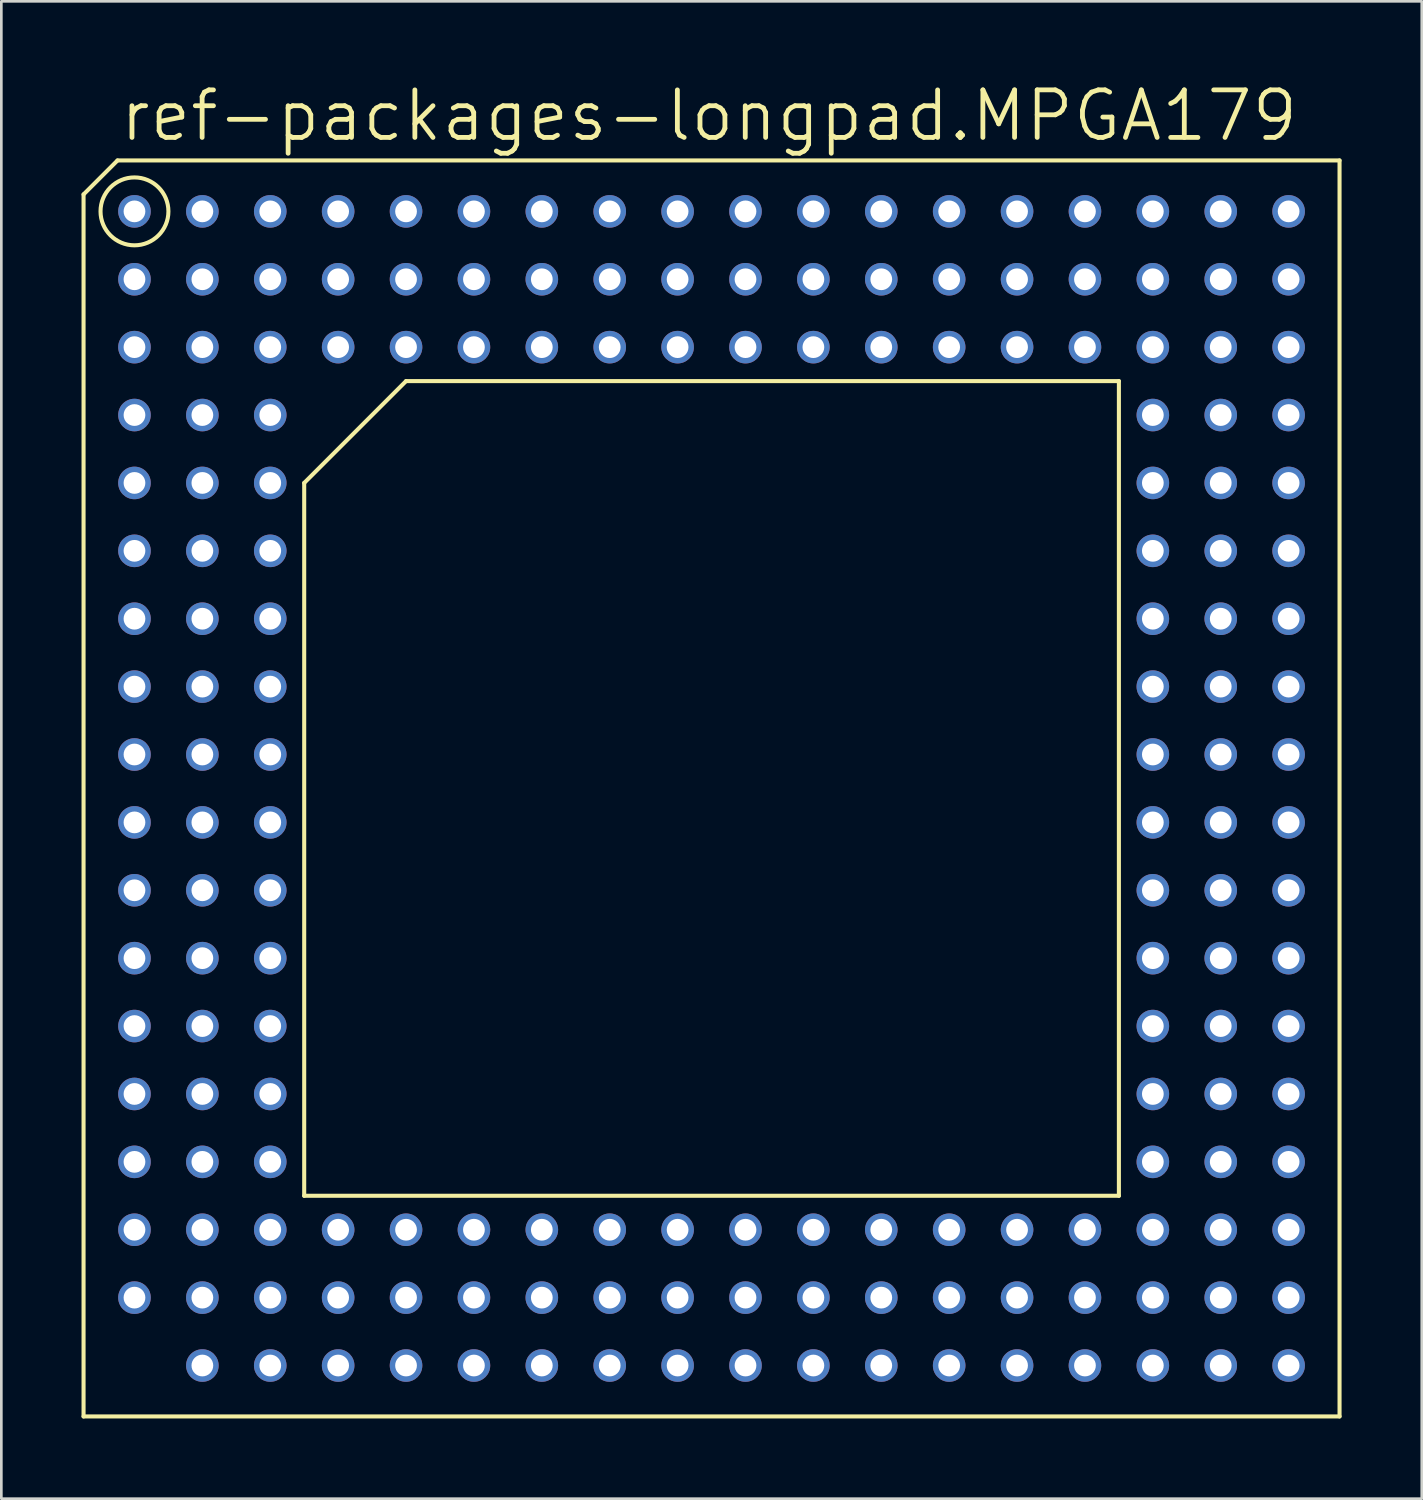
<source format=kicad_pcb>
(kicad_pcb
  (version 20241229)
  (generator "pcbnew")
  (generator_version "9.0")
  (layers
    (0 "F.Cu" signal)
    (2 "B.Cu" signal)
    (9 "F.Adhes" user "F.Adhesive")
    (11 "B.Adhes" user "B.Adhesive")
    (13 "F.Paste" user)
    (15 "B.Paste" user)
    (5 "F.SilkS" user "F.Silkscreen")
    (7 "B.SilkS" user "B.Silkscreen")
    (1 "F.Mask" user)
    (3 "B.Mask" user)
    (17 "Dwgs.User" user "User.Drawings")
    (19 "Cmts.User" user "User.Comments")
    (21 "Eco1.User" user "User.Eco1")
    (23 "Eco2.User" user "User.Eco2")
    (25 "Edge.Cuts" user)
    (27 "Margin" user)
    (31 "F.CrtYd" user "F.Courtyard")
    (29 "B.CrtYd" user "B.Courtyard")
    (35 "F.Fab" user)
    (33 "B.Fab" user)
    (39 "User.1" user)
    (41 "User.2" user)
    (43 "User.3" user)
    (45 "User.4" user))
  (footprint "ref-packages-longpad.MPGA179"
    (layer "F.Cu")
    (at 23.571 26.448)
    (property "Reference" "ref-packages-longpad.MPGA179" (at -22.225 -24.13 0) (layer "F.SilkS") (effects (font (size 1.778 1.778) (thickness 0.18)) (justify left bottom)))
    (attr through_hole)
    (fp_line (start -23.495 -22.225) (end -22.225 -23.495) (stroke (width 0.152) (type default)) (layer "F.SilkS"))
    (fp_line (start -23.495 23.495) (end -23.495 -22.225) (stroke (width 0.152) (type default)) (layer "F.SilkS"))
    (fp_line (start -22.225 -23.495) (end 23.495 -23.495) (stroke (width 0.152) (type default)) (layer "F.SilkS"))
    (fp_line (start -15.24 -11.43) (end -15.24 15.24) (stroke (width 0.152) (type default)) (layer "F.SilkS"))
    (fp_line (start -11.43 -15.24) (end -15.24 -11.43) (stroke (width 0.152) (type default)) (layer "F.SilkS"))
    (fp_line (start -11.43 -15.24) (end 15.24 -15.24) (stroke (width 0.152) (type default)) (layer "F.SilkS"))
    (fp_line (start 15.24 15.24) (end -15.24 15.24) (stroke (width 0.152) (type default)) (layer "F.SilkS"))
    (fp_line (start 15.24 15.24) (end 15.24 -15.24) (stroke (width 0.152) (type default)) (layer "F.SilkS"))
    (fp_line (start 23.495 -23.495) (end 23.495 23.495) (stroke (width 0.152) (type default)) (layer "F.SilkS"))
    (fp_line (start 23.495 23.495) (end -23.495 23.495) (stroke (width 0.152) (type default)) (layer "F.SilkS"))
    (fp_circle (center -21.59 -21.59) (end -20.32 -21.59) (stroke (width 0.152) (type default)) (fill no) (layer "F.SilkS"))
    (pad "A01" thru_hole circle (at -21.59 -21.59) (size 1.219 1.219) (drill 0.813) (layers "*.Cu" "*.Mask"))
    (pad "A02" thru_hole circle (at -19.05 -21.59) (size 1.219 1.219) (drill 0.813) (layers "*.Cu" "*.Mask"))
    (pad "A03" thru_hole circle (at -16.51 -21.59) (size 1.219 1.219) (drill 0.813) (layers "*.Cu" "*.Mask"))
    (pad "A04" thru_hole circle (at -13.97 -21.59) (size 1.219 1.219) (drill 0.813) (layers "*.Cu" "*.Mask"))
    (pad "A05" thru_hole circle (at -11.43 -21.59) (size 1.219 1.219) (drill 0.813) (layers "*.Cu" "*.Mask"))
    (pad "A06" thru_hole circle (at -8.89 -21.59) (size 1.219 1.219) (drill 0.813) (layers "*.Cu" "*.Mask"))
    (pad "A07" thru_hole circle (at -6.35 -21.59) (size 1.219 1.219) (drill 0.813) (layers "*.Cu" "*.Mask"))
    (pad "A08" thru_hole circle (at -3.81 -21.59) (size 1.219 1.219) (drill 0.813) (layers "*.Cu" "*.Mask"))
    (pad "A09" thru_hole circle (at -1.27 -21.59) (size 1.219 1.219) (drill 0.813) (layers "*.Cu" "*.Mask"))
    (pad "A10" thru_hole circle (at 1.27 -21.59) (size 1.219 1.219) (drill 0.813) (layers "*.Cu" "*.Mask"))
    (pad "A11" thru_hole circle (at 3.81 -21.59) (size 1.219 1.219) (drill 0.813) (layers "*.Cu" "*.Mask"))
    (pad "A12" thru_hole circle (at 6.35 -21.59) (size 1.219 1.219) (drill 0.813) (layers "*.Cu" "*.Mask"))
    (pad "A13" thru_hole circle (at 8.89 -21.59) (size 1.219 1.219) (drill 0.813) (layers "*.Cu" "*.Mask"))
    (pad "A14" thru_hole circle (at 11.43 -21.59) (size 1.219 1.219) (drill 0.813) (layers "*.Cu" "*.Mask"))
    (pad "A15" thru_hole circle (at 13.97 -21.59) (size 1.219 1.219) (drill 0.813) (layers "*.Cu" "*.Mask"))
    (pad "A16" thru_hole circle (at 16.51 -21.59) (size 1.219 1.219) (drill 0.813) (layers "*.Cu" "*.Mask"))
    (pad "A17" thru_hole circle (at 19.05 -21.59) (size 1.219 1.219) (drill 0.813) (layers "*.Cu" "*.Mask"))
    (pad "A18" thru_hole circle (at 21.59 -21.59) (size 1.219 1.219) (drill 0.813) (layers "*.Cu" "*.Mask"))
    (pad "B01" thru_hole circle (at -21.59 -19.05) (size 1.219 1.219) (drill 0.813) (layers "*.Cu" "*.Mask"))
    (pad "B02" thru_hole circle (at -19.05 -19.05) (size 1.219 1.219) (drill 0.813) (layers "*.Cu" "*.Mask"))
    (pad "B03" thru_hole circle (at -16.51 -19.05) (size 1.219 1.219) (drill 0.813) (layers "*.Cu" "*.Mask"))
    (pad "B04" thru_hole circle (at -13.97 -19.05) (size 1.219 1.219) (drill 0.813) (layers "*.Cu" "*.Mask"))
    (pad "B05" thru_hole circle (at -11.43 -19.05) (size 1.219 1.219) (drill 0.813) (layers "*.Cu" "*.Mask"))
    (pad "B06" thru_hole circle (at -8.89 -19.05) (size 1.219 1.219) (drill 0.813) (layers "*.Cu" "*.Mask"))
    (pad "B07" thru_hole circle (at -6.35 -19.05) (size 1.219 1.219) (drill 0.813) (layers "*.Cu" "*.Mask"))
    (pad "B08" thru_hole circle (at -3.81 -19.05) (size 1.219 1.219) (drill 0.813) (layers "*.Cu" "*.Mask"))
    (pad "B09" thru_hole circle (at -1.27 -19.05) (size 1.219 1.219) (drill 0.813) (layers "*.Cu" "*.Mask"))
    (pad "B10" thru_hole circle (at 1.27 -19.05) (size 1.219 1.219) (drill 0.813) (layers "*.Cu" "*.Mask"))
    (pad "B11" thru_hole circle (at 3.81 -19.05) (size 1.219 1.219) (drill 0.813) (layers "*.Cu" "*.Mask"))
    (pad "B12" thru_hole circle (at 6.35 -19.05) (size 1.219 1.219) (drill 0.813) (layers "*.Cu" "*.Mask"))
    (pad "B13" thru_hole circle (at 8.89 -19.05) (size 1.219 1.219) (drill 0.813) (layers "*.Cu" "*.Mask"))
    (pad "B14" thru_hole circle (at 11.43 -19.05) (size 1.219 1.219) (drill 0.813) (layers "*.Cu" "*.Mask"))
    (pad "B15" thru_hole circle (at 13.97 -19.05) (size 1.219 1.219) (drill 0.813) (layers "*.Cu" "*.Mask"))
    (pad "B16" thru_hole circle (at 16.51 -19.05) (size 1.219 1.219) (drill 0.813) (layers "*.Cu" "*.Mask"))
    (pad "B17" thru_hole circle (at 19.05 -19.05) (size 1.219 1.219) (drill 0.813) (layers "*.Cu" "*.Mask"))
    (pad "B18" thru_hole circle (at 21.59 -19.05) (size 1.219 1.219) (drill 0.813) (layers "*.Cu" "*.Mask"))
    (pad "C01" thru_hole circle (at -21.59 -16.51) (size 1.219 1.219) (drill 0.813) (layers "*.Cu" "*.Mask"))
    (pad "C02" thru_hole circle (at -19.05 -16.51) (size 1.219 1.219) (drill 0.813) (layers "*.Cu" "*.Mask"))
    (pad "C03" thru_hole circle (at -16.51 -16.51) (size 1.219 1.219) (drill 0.813) (layers "*.Cu" "*.Mask"))
    (pad "C04" thru_hole circle (at -13.97 -16.51) (size 1.219 1.219) (drill 0.813) (layers "*.Cu" "*.Mask"))
    (pad "C05" thru_hole circle (at -11.43 -16.51) (size 1.219 1.219) (drill 0.813) (layers "*.Cu" "*.Mask"))
    (pad "C06" thru_hole circle (at -8.89 -16.51) (size 1.219 1.219) (drill 0.813) (layers "*.Cu" "*.Mask"))
    (pad "C07" thru_hole circle (at -6.35 -16.51) (size 1.219 1.219) (drill 0.813) (layers "*.Cu" "*.Mask"))
    (pad "C08" thru_hole circle (at -3.81 -16.51) (size 1.219 1.219) (drill 0.813) (layers "*.Cu" "*.Mask"))
    (pad "C09" thru_hole circle (at -1.27 -16.51) (size 1.219 1.219) (drill 0.813) (layers "*.Cu" "*.Mask"))
    (pad "C10" thru_hole circle (at 1.27 -16.51) (size 1.219 1.219) (drill 0.813) (layers "*.Cu" "*.Mask"))
    (pad "C11" thru_hole circle (at 3.81 -16.51) (size 1.219 1.219) (drill 0.813) (layers "*.Cu" "*.Mask"))
    (pad "C12" thru_hole circle (at 6.35 -16.51) (size 1.219 1.219) (drill 0.813) (layers "*.Cu" "*.Mask"))
    (pad "C13" thru_hole circle (at 8.89 -16.51) (size 1.219 1.219) (drill 0.813) (layers "*.Cu" "*.Mask"))
    (pad "C14" thru_hole circle (at 11.43 -16.51) (size 1.219 1.219) (drill 0.813) (layers "*.Cu" "*.Mask"))
    (pad "C15" thru_hole circle (at 13.97 -16.51) (size 1.219 1.219) (drill 0.813) (layers "*.Cu" "*.Mask"))
    (pad "C16" thru_hole circle (at 16.51 -16.51) (size 1.219 1.219) (drill 0.813) (layers "*.Cu" "*.Mask"))
    (pad "C17" thru_hole circle (at 19.05 -16.51) (size 1.219 1.219) (drill 0.813) (layers "*.Cu" "*.Mask"))
    (pad "C18" thru_hole circle (at 21.59 -16.51) (size 1.219 1.219) (drill 0.813) (layers "*.Cu" "*.Mask"))
    (pad "D01" thru_hole circle (at -21.59 -13.97) (size 1.219 1.219) (drill 0.813) (layers "*.Cu" "*.Mask"))
    (pad "D02" thru_hole circle (at -19.05 -13.97) (size 1.219 1.219) (drill 0.813) (layers "*.Cu" "*.Mask"))
    (pad "D03" thru_hole circle (at -16.51 -13.97) (size 1.219 1.219) (drill 0.813) (layers "*.Cu" "*.Mask"))
    (pad "D16" thru_hole circle (at 16.51 -13.97) (size 1.219 1.219) (drill 0.813) (layers "*.Cu" "*.Mask"))
    (pad "D17" thru_hole circle (at 19.05 -13.97) (size 1.219 1.219) (drill 0.813) (layers "*.Cu" "*.Mask"))
    (pad "D18" thru_hole circle (at 21.59 -13.97) (size 1.219 1.219) (drill 0.813) (layers "*.Cu" "*.Mask"))
    (pad "E01" thru_hole circle (at -21.59 -11.43) (size 1.219 1.219) (drill 0.813) (layers "*.Cu" "*.Mask"))
    (pad "E02" thru_hole circle (at -19.05 -11.43) (size 1.219 1.219) (drill 0.813) (layers "*.Cu" "*.Mask"))
    (pad "E03" thru_hole circle (at -16.51 -11.43) (size 1.219 1.219) (drill 0.813) (layers "*.Cu" "*.Mask"))
    (pad "E16" thru_hole circle (at 16.51 -11.43) (size 1.219 1.219) (drill 0.813) (layers "*.Cu" "*.Mask"))
    (pad "E17" thru_hole circle (at 19.05 -11.43) (size 1.219 1.219) (drill 0.813) (layers "*.Cu" "*.Mask"))
    (pad "E18" thru_hole circle (at 21.59 -11.43) (size 1.219 1.219) (drill 0.813) (layers "*.Cu" "*.Mask"))
    (pad "F01" thru_hole circle (at -21.59 -8.89) (size 1.219 1.219) (drill 0.813) (layers "*.Cu" "*.Mask"))
    (pad "F02" thru_hole circle (at -19.05 -8.89) (size 1.219 1.219) (drill 0.813) (layers "*.Cu" "*.Mask"))
    (pad "F03" thru_hole circle (at -16.51 -8.89) (size 1.219 1.219) (drill 0.813) (layers "*.Cu" "*.Mask"))
    (pad "F16" thru_hole circle (at 16.51 -8.89) (size 1.219 1.219) (drill 0.813) (layers "*.Cu" "*.Mask"))
    (pad "F17" thru_hole circle (at 19.05 -8.89) (size 1.219 1.219) (drill 0.813) (layers "*.Cu" "*.Mask"))
    (pad "F18" thru_hole circle (at 21.59 -8.89) (size 1.219 1.219) (drill 0.813) (layers "*.Cu" "*.Mask"))
    (pad "G01" thru_hole circle (at -21.59 -6.35) (size 1.219 1.219) (drill 0.813) (layers "*.Cu" "*.Mask"))
    (pad "G02" thru_hole circle (at -19.05 -6.35) (size 1.219 1.219) (drill 0.813) (layers "*.Cu" "*.Mask"))
    (pad "G03" thru_hole circle (at -16.51 -6.35) (size 1.219 1.219) (drill 0.813) (layers "*.Cu" "*.Mask"))
    (pad "G16" thru_hole circle (at 16.51 -6.35) (size 1.219 1.219) (drill 0.813) (layers "*.Cu" "*.Mask"))
    (pad "G17" thru_hole circle (at 19.05 -6.35) (size 1.219 1.219) (drill 0.813) (layers "*.Cu" "*.Mask"))
    (pad "G18" thru_hole circle (at 21.59 -6.35) (size 1.219 1.219) (drill 0.813) (layers "*.Cu" "*.Mask"))
    (pad "H01" thru_hole circle (at -21.59 -3.81) (size 1.219 1.219) (drill 0.813) (layers "*.Cu" "*.Mask"))
    (pad "H02" thru_hole circle (at -19.05 -3.81) (size 1.219 1.219) (drill 0.813) (layers "*.Cu" "*.Mask"))
    (pad "H03" thru_hole circle (at -16.51 -3.81) (size 1.219 1.219) (drill 0.813) (layers "*.Cu" "*.Mask"))
    (pad "H16" thru_hole circle (at 16.51 -3.81) (size 1.219 1.219) (drill 0.813) (layers "*.Cu" "*.Mask"))
    (pad "H17" thru_hole circle (at 19.05 -3.81) (size 1.219 1.219) (drill 0.813) (layers "*.Cu" "*.Mask"))
    (pad "H18" thru_hole circle (at 21.59 -3.81) (size 1.219 1.219) (drill 0.813) (layers "*.Cu" "*.Mask"))
    (pad "J01" thru_hole circle (at -21.59 -1.27) (size 1.219 1.219) (drill 0.813) (layers "*.Cu" "*.Mask"))
    (pad "J02" thru_hole circle (at -19.05 -1.27) (size 1.219 1.219) (drill 0.813) (layers "*.Cu" "*.Mask"))
    (pad "J03" thru_hole circle (at -16.51 -1.27) (size 1.219 1.219) (drill 0.813) (layers "*.Cu" "*.Mask"))
    (pad "J16" thru_hole circle (at 16.51 -1.27) (size 1.219 1.219) (drill 0.813) (layers "*.Cu" "*.Mask"))
    (pad "J17" thru_hole circle (at 19.05 -1.27) (size 1.219 1.219) (drill 0.813) (layers "*.Cu" "*.Mask"))
    (pad "J18" thru_hole circle (at 21.59 -1.27) (size 1.219 1.219) (drill 0.813) (layers "*.Cu" "*.Mask"))
    (pad "K01" thru_hole circle (at -21.59 1.27) (size 1.219 1.219) (drill 0.813) (layers "*.Cu" "*.Mask"))
    (pad "K02" thru_hole circle (at -19.05 1.27) (size 1.219 1.219) (drill 0.813) (layers "*.Cu" "*.Mask"))
    (pad "K03" thru_hole circle (at -16.51 1.27) (size 1.219 1.219) (drill 0.813) (layers "*.Cu" "*.Mask"))
    (pad "K16" thru_hole circle (at 16.51 1.27) (size 1.219 1.219) (drill 0.813) (layers "*.Cu" "*.Mask"))
    (pad "K17" thru_hole circle (at 19.05 1.27) (size 1.219 1.219) (drill 0.813) (layers "*.Cu" "*.Mask"))
    (pad "K18" thru_hole circle (at 21.59 1.27) (size 1.219 1.219) (drill 0.813) (layers "*.Cu" "*.Mask"))
    (pad "L01" thru_hole circle (at -21.59 3.81) (size 1.219 1.219) (drill 0.813) (layers "*.Cu" "*.Mask"))
    (pad "L02" thru_hole circle (at -19.05 3.81) (size 1.219 1.219) (drill 0.813) (layers "*.Cu" "*.Mask"))
    (pad "L03" thru_hole circle (at -16.51 3.81) (size 1.219 1.219) (drill 0.813) (layers "*.Cu" "*.Mask"))
    (pad "L16" thru_hole circle (at 16.51 3.81) (size 1.219 1.219) (drill 0.813) (layers "*.Cu" "*.Mask"))
    (pad "L17" thru_hole circle (at 19.05 3.81) (size 1.219 1.219) (drill 0.813) (layers "*.Cu" "*.Mask"))
    (pad "L18" thru_hole circle (at 21.59 3.81) (size 1.219 1.219) (drill 0.813) (layers "*.Cu" "*.Mask"))
    (pad "M01" thru_hole circle (at -21.59 6.35) (size 1.219 1.219) (drill 0.813) (layers "*.Cu" "*.Mask"))
    (pad "M02" thru_hole circle (at -19.05 6.35) (size 1.219 1.219) (drill 0.813) (layers "*.Cu" "*.Mask"))
    (pad "M03" thru_hole circle (at -16.51 6.35) (size 1.219 1.219) (drill 0.813) (layers "*.Cu" "*.Mask"))
    (pad "M16" thru_hole circle (at 16.51 6.35) (size 1.219 1.219) (drill 0.813) (layers "*.Cu" "*.Mask"))
    (pad "M17" thru_hole circle (at 19.05 6.35) (size 1.219 1.219) (drill 0.813) (layers "*.Cu" "*.Mask"))
    (pad "M18" thru_hole circle (at 21.59 6.35) (size 1.219 1.219) (drill 0.813) (layers "*.Cu" "*.Mask"))
    (pad "N01" thru_hole circle (at -21.59 8.89) (size 1.219 1.219) (drill 0.813) (layers "*.Cu" "*.Mask"))
    (pad "N02" thru_hole circle (at -19.05 8.89) (size 1.219 1.219) (drill 0.813) (layers "*.Cu" "*.Mask"))
    (pad "N03" thru_hole circle (at -16.51 8.89) (size 1.219 1.219) (drill 0.813) (layers "*.Cu" "*.Mask"))
    (pad "N16" thru_hole circle (at 16.51 8.89) (size 1.219 1.219) (drill 0.813) (layers "*.Cu" "*.Mask"))
    (pad "N17" thru_hole circle (at 19.05 8.89) (size 1.219 1.219) (drill 0.813) (layers "*.Cu" "*.Mask"))
    (pad "N18" thru_hole circle (at 21.59 8.89) (size 1.219 1.219) (drill 0.813) (layers "*.Cu" "*.Mask"))
    (pad "P01" thru_hole circle (at -21.59 11.43) (size 1.219 1.219) (drill 0.813) (layers "*.Cu" "*.Mask"))
    (pad "P02" thru_hole circle (at -19.05 11.43) (size 1.219 1.219) (drill 0.813) (layers "*.Cu" "*.Mask"))
    (pad "P03" thru_hole circle (at -16.51 11.43) (size 1.219 1.219) (drill 0.813) (layers "*.Cu" "*.Mask"))
    (pad "P16" thru_hole circle (at 16.51 11.43) (size 1.219 1.219) (drill 0.813) (layers "*.Cu" "*.Mask"))
    (pad "P17" thru_hole circle (at 19.05 11.43) (size 1.219 1.219) (drill 0.813) (layers "*.Cu" "*.Mask"))
    (pad "P18" thru_hole circle (at 21.59 11.43) (size 1.219 1.219) (drill 0.813) (layers "*.Cu" "*.Mask"))
    (pad "Q01" thru_hole circle (at -21.59 13.97) (size 1.219 1.219) (drill 0.813) (layers "*.Cu" "*.Mask"))
    (pad "Q02" thru_hole circle (at -19.05 13.97) (size 1.219 1.219) (drill 0.813) (layers "*.Cu" "*.Mask"))
    (pad "Q03" thru_hole circle (at -16.51 13.97) (size 1.219 1.219) (drill 0.813) (layers "*.Cu" "*.Mask"))
    (pad "Q16" thru_hole circle (at 16.51 13.97) (size 1.219 1.219) (drill 0.813) (layers "*.Cu" "*.Mask"))
    (pad "Q17" thru_hole circle (at 19.05 13.97) (size 1.219 1.219) (drill 0.813) (layers "*.Cu" "*.Mask"))
    (pad "Q18" thru_hole circle (at 21.59 13.97) (size 1.219 1.219) (drill 0.813) (layers "*.Cu" "*.Mask"))
    (pad "R01" thru_hole circle (at -21.59 16.51) (size 1.219 1.219) (drill 0.813) (layers "*.Cu" "*.Mask"))
    (pad "R02" thru_hole circle (at -19.05 16.51) (size 1.219 1.219) (drill 0.813) (layers "*.Cu" "*.Mask"))
    (pad "R03" thru_hole circle (at -16.51 16.51) (size 1.219 1.219) (drill 0.813) (layers "*.Cu" "*.Mask"))
    (pad "R04" thru_hole circle (at -13.97 16.51) (size 1.219 1.219) (drill 0.813) (layers "*.Cu" "*.Mask"))
    (pad "R05" thru_hole circle (at -11.43 16.51) (size 1.219 1.219) (drill 0.813) (layers "*.Cu" "*.Mask"))
    (pad "R06" thru_hole circle (at -8.89 16.51) (size 1.219 1.219) (drill 0.813) (layers "*.Cu" "*.Mask"))
    (pad "R07" thru_hole circle (at -6.35 16.51) (size 1.219 1.219) (drill 0.813) (layers "*.Cu" "*.Mask"))
    (pad "R08" thru_hole circle (at -3.81 16.51) (size 1.219 1.219) (drill 0.813) (layers "*.Cu" "*.Mask"))
    (pad "R09" thru_hole circle (at -1.27 16.51) (size 1.219 1.219) (drill 0.813) (layers "*.Cu" "*.Mask"))
    (pad "R10" thru_hole circle (at 1.27 16.51) (size 1.219 1.219) (drill 0.813) (layers "*.Cu" "*.Mask"))
    (pad "R11" thru_hole circle (at 3.81 16.51) (size 1.219 1.219) (drill 0.813) (layers "*.Cu" "*.Mask"))
    (pad "R12" thru_hole circle (at 6.35 16.51) (size 1.219 1.219) (drill 0.813) (layers "*.Cu" "*.Mask"))
    (pad "R13" thru_hole circle (at 8.89 16.51) (size 1.219 1.219) (drill 0.813) (layers "*.Cu" "*.Mask"))
    (pad "R14" thru_hole circle (at 11.43 16.51) (size 1.219 1.219) (drill 0.813) (layers "*.Cu" "*.Mask"))
    (pad "R15" thru_hole circle (at 13.97 16.51) (size 1.219 1.219) (drill 0.813) (layers "*.Cu" "*.Mask"))
    (pad "R16" thru_hole circle (at 16.51 16.51) (size 1.219 1.219) (drill 0.813) (layers "*.Cu" "*.Mask"))
    (pad "R17" thru_hole circle (at 19.05 16.51) (size 1.219 1.219) (drill 0.813) (layers "*.Cu" "*.Mask"))
    (pad "R18" thru_hole circle (at 21.59 16.51) (size 1.219 1.219) (drill 0.813) (layers "*.Cu" "*.Mask"))
    (pad "S01" thru_hole circle (at -21.59 19.05) (size 1.219 1.219) (drill 0.813) (layers "*.Cu" "*.Mask"))
    (pad "S02" thru_hole circle (at -19.05 19.05) (size 1.219 1.219) (drill 0.813) (layers "*.Cu" "*.Mask"))
    (pad "S03" thru_hole circle (at -16.51 19.05) (size 1.219 1.219) (drill 0.813) (layers "*.Cu" "*.Mask"))
    (pad "S04" thru_hole circle (at -13.97 19.05) (size 1.219 1.219) (drill 0.813) (layers "*.Cu" "*.Mask"))
    (pad "S05" thru_hole circle (at -11.43 19.05) (size 1.219 1.219) (drill 0.813) (layers "*.Cu" "*.Mask"))
    (pad "S06" thru_hole circle (at -8.89 19.05) (size 1.219 1.219) (drill 0.813) (layers "*.Cu" "*.Mask"))
    (pad "S07" thru_hole circle (at -6.35 19.05) (size 1.219 1.219) (drill 0.813) (layers "*.Cu" "*.Mask"))
    (pad "S08" thru_hole circle (at -3.81 19.05) (size 1.219 1.219) (drill 0.813) (layers "*.Cu" "*.Mask"))
    (pad "S09" thru_hole circle (at -1.27 19.05) (size 1.219 1.219) (drill 0.813) (layers "*.Cu" "*.Mask"))
    (pad "S10" thru_hole circle (at 1.27 19.05) (size 1.219 1.219) (drill 0.813) (layers "*.Cu" "*.Mask"))
    (pad "S11" thru_hole circle (at 3.81 19.05) (size 1.219 1.219) (drill 0.813) (layers "*.Cu" "*.Mask"))
    (pad "S12" thru_hole circle (at 6.35 19.05) (size 1.219 1.219) (drill 0.813) (layers "*.Cu" "*.Mask"))
    (pad "S13" thru_hole circle (at 8.89 19.05) (size 1.219 1.219) (drill 0.813) (layers "*.Cu" "*.Mask"))
    (pad "S14" thru_hole circle (at 11.43 19.05) (size 1.219 1.219) (drill 0.813) (layers "*.Cu" "*.Mask"))
    (pad "S15" thru_hole circle (at 13.97 19.05) (size 1.219 1.219) (drill 0.813) (layers "*.Cu" "*.Mask"))
    (pad "S16" thru_hole circle (at 16.51 19.05) (size 1.219 1.219) (drill 0.813) (layers "*.Cu" "*.Mask"))
    (pad "S17" thru_hole circle (at 19.05 19.05) (size 1.219 1.219) (drill 0.813) (layers "*.Cu" "*.Mask"))
    (pad "S18" thru_hole circle (at 21.59 19.05) (size 1.219 1.219) (drill 0.813) (layers "*.Cu" "*.Mask"))
    (pad "T02" thru_hole circle (at -19.05 21.59) (size 1.219 1.219) (drill 0.813) (layers "*.Cu" "*.Mask"))
    (pad "T03" thru_hole circle (at -16.51 21.59) (size 1.219 1.219) (drill 0.813) (layers "*.Cu" "*.Mask"))
    (pad "T04" thru_hole circle (at -13.97 21.59) (size 1.219 1.219) (drill 0.813) (layers "*.Cu" "*.Mask"))
    (pad "T05" thru_hole circle (at -11.43 21.59) (size 1.219 1.219) (drill 0.813) (layers "*.Cu" "*.Mask"))
    (pad "T06" thru_hole circle (at -8.89 21.59) (size 1.219 1.219) (drill 0.813) (layers "*.Cu" "*.Mask"))
    (pad "T07" thru_hole circle (at -6.35 21.59) (size 1.219 1.219) (drill 0.813) (layers "*.Cu" "*.Mask"))
    (pad "T08" thru_hole circle (at -3.81 21.59) (size 1.219 1.219) (drill 0.813) (layers "*.Cu" "*.Mask"))
    (pad "T09" thru_hole circle (at -1.27 21.59) (size 1.219 1.219) (drill 0.813) (layers "*.Cu" "*.Mask"))
    (pad "T10" thru_hole circle (at 1.27 21.59) (size 1.219 1.219) (drill 0.813) (layers "*.Cu" "*.Mask"))
    (pad "T11" thru_hole circle (at 3.81 21.59) (size 1.219 1.219) (drill 0.813) (layers "*.Cu" "*.Mask"))
    (pad "T12" thru_hole circle (at 6.35 21.59) (size 1.219 1.219) (drill 0.813) (layers "*.Cu" "*.Mask"))
    (pad "T13" thru_hole circle (at 8.89 21.59) (size 1.219 1.219) (drill 0.813) (layers "*.Cu" "*.Mask"))
    (pad "T14" thru_hole circle (at 11.43 21.59) (size 1.219 1.219) (drill 0.813) (layers "*.Cu" "*.Mask"))
    (pad "T15" thru_hole circle (at 13.97 21.59) (size 1.219 1.219) (drill 0.813) (layers "*.Cu" "*.Mask"))
    (pad "T16" thru_hole circle (at 16.51 21.59) (size 1.219 1.219) (drill 0.813) (layers "*.Cu" "*.Mask"))
    (pad "T17" thru_hole circle (at 19.05 21.59) (size 1.219 1.219) (drill 0.813) (layers "*.Cu" "*.Mask"))
    (pad "T18" thru_hole circle (at 21.59 21.59) (size 1.219 1.219) (drill 0.813) (layers "*.Cu" "*.Mask")))
  (gr_rect
    (start -3 -3)
    (end 50.142 53.019)
    (stroke (width 0.1) (type default))
    (fill no)
    (layer "Edge.Cuts")))
</source>
